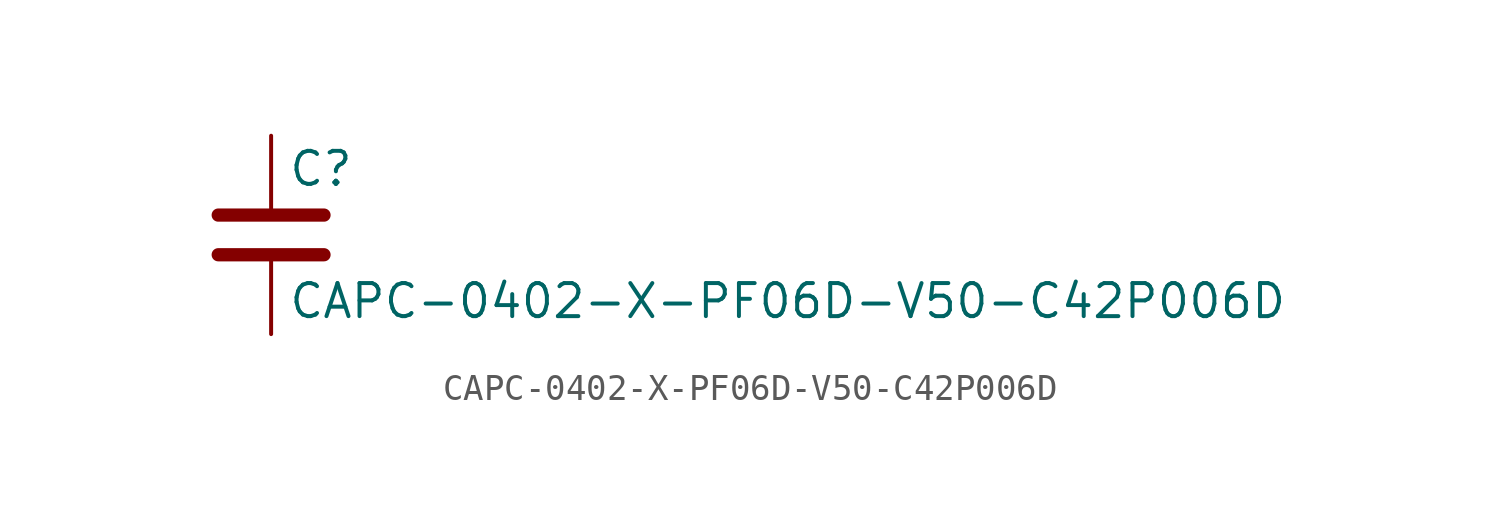
<source format=kicad_sym>
(kicad_symbol_lib
  (version 20211014)
  (generator kicad_symbol_editor)
  (symbol "CAPC-0402-X-PF06D-V50-C42P006D"
    (pin_numbers hide)
    (pin_names
      (offset 0.254))
    (property "Reference" "C"
      (at 0.635 2.54 0)
      (effects (font (size 1.27 1.27)) (justify left)))
    (property "Value" "CAPC-0402-X-PF06D-V50-C42P006D"
      (at 0.635 -2.54 0)
      (effects (font (size 1.27 1.27)) (justify left)))
    (symbol "CAPC-0402-X-PF06D-V50-C42P006D_0_1"
      (polyline (pts (xy -2.032 -0.762) (xy 2.032 -0.762)) (stroke (width 0.508) (type default) (color 0 0 0 0)) (fill (type none)))
      (polyline (pts (xy -2.032 0.762) (xy 2.032 0.762)) (stroke (width 0.508) (type default) (color 0 0 0 0)) (fill (type none))))
    (symbol "CAPC-0402-X-PF06D-V50-C42P006D_1_1"
      (pin passive line (at 0 3.81 270) (length 2.794) (name "~" (effects (font (size 1.27 1.27)))) (number "1" (effects (font (size 1.27 1.27)))))
      (pin passive line (at 0 -3.81 90) (length 2.794) (name "~" (effects (font (size 1.27 1.27)))) (number "2" (effects (font (size 1.27 1.27))))))))
</source>
